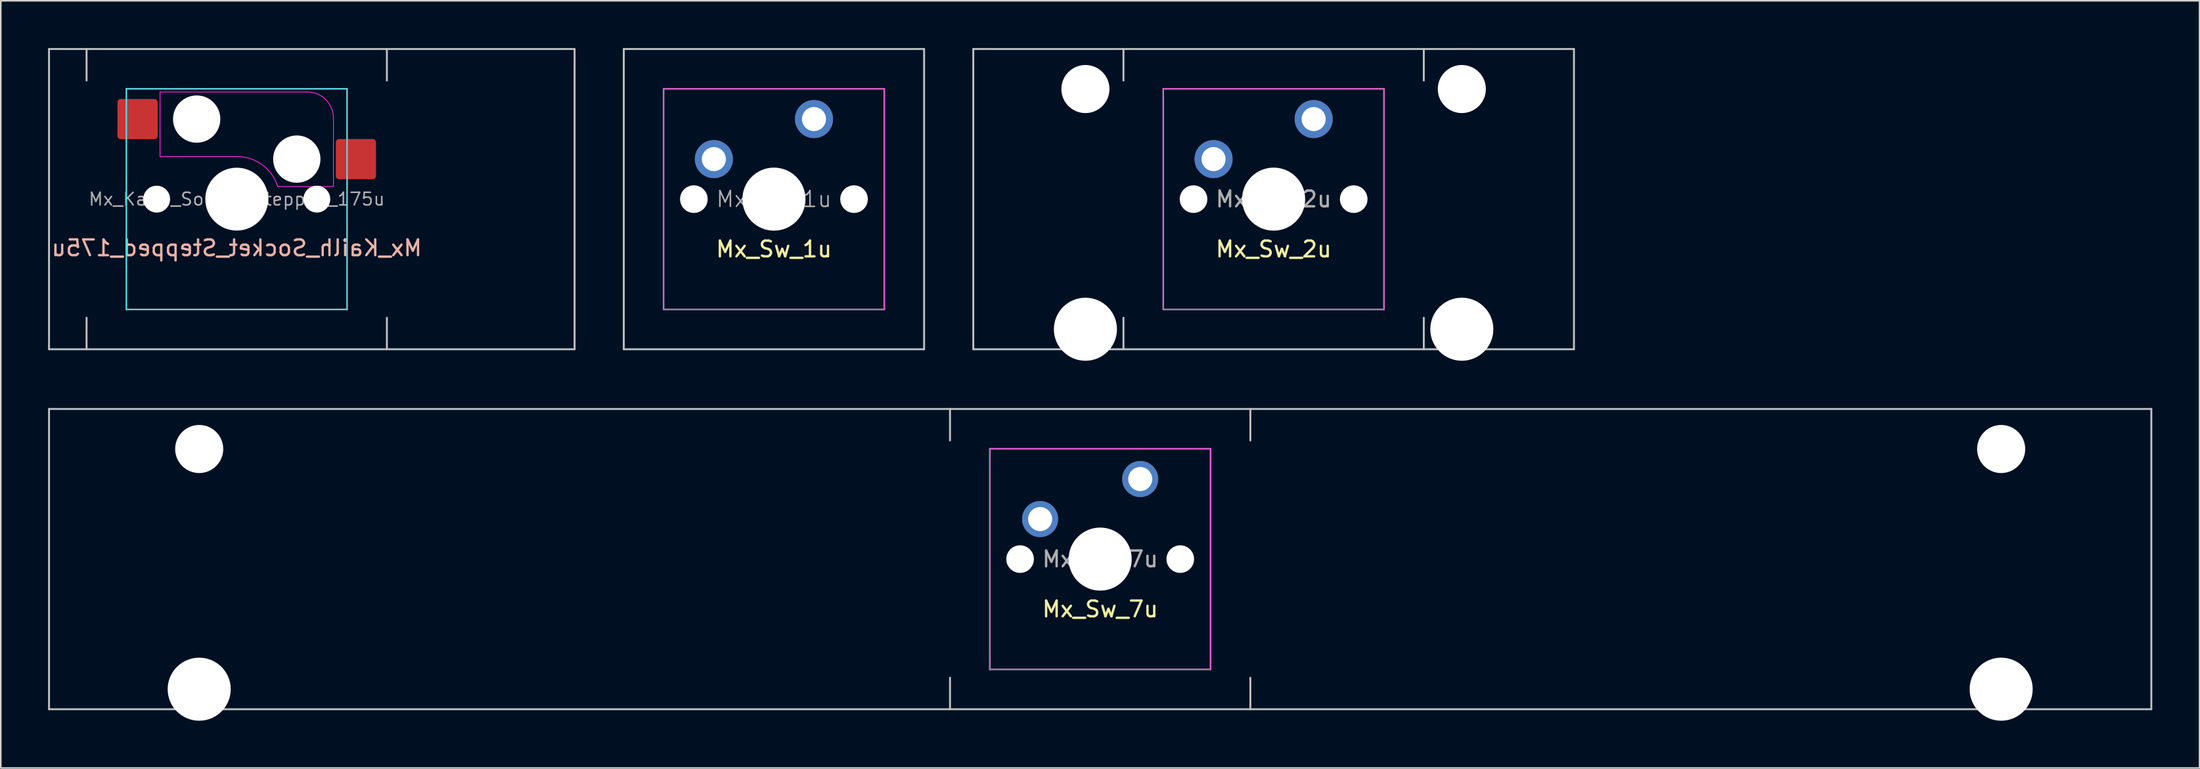
<source format=kicad_pcb>
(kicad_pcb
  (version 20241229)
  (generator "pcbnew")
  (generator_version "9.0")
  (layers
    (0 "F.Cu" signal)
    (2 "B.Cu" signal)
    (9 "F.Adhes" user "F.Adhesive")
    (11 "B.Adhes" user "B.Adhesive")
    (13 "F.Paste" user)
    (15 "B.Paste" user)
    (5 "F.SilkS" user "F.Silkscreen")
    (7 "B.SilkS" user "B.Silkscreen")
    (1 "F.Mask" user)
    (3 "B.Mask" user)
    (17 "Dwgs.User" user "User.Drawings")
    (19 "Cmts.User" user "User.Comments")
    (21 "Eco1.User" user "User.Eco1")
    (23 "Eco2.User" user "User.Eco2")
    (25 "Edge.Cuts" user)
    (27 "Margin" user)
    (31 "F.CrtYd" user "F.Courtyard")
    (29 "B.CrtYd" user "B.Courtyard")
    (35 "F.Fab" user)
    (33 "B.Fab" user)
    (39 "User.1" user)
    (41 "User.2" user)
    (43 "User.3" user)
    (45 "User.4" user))
  (footprint "Mx_Sw_7u"
    (layer "F.Cu")
    (at 66.735 32.425)
    (property "Reference" "Mx_Sw_7u" (at 0 3.175 0) (layer "F.SilkS") (effects (font (size 1 1) (thickness 0.15))))
    (attr through_hole)
    (fp_line (start -66.675 -9.525) (end -66.675 9.525) (stroke (width 0.12) (type solid)) (layer "Dwgs.User"))
    (fp_line (start -66.675 9.525) (end 66.675 9.525) (stroke (width 0.12) (type solid)) (layer "Dwgs.User"))
    (fp_line (start -9.525 -9.525) (end -9.525 -7.525) (stroke (width 0.12) (type solid)) (layer "Dwgs.User"))
    (fp_line (start -9.525 7.525) (end -9.525 9.525) (stroke (width 0.12) (type solid)) (layer "Dwgs.User"))
    (fp_line (start 9.525 -9.525) (end 9.525 -7.525) (stroke (width 0.12) (type solid)) (layer "Dwgs.User"))
    (fp_line (start 9.525 7.525) (end 9.525 9.525) (stroke (width 0.12) (type solid)) (layer "Dwgs.User"))
    (fp_line (start 66.675 -9.525) (end -66.675 -9.525) (stroke (width 0.12) (type solid)) (layer "Dwgs.User"))
    (fp_line (start 66.675 9.525) (end 66.675 -9.525) (stroke (width 0.12) (type solid)) (layer "Dwgs.User"))
    (fp_line (start -7 -7) (end 7 -7) (stroke (width 0.05) (type solid)) (layer "F.CrtYd"))
    (fp_line (start -7 7) (end -7 -7) (stroke (width 0.05) (type solid)) (layer "F.CrtYd"))
    (fp_line (start 7 -7) (end 7 7) (stroke (width 0.05) (type solid)) (layer "F.CrtYd"))
    (fp_line (start 7 7) (end -7 7) (stroke (width 0.05) (type solid)) (layer "F.CrtYd"))
    (fp_line (start -7 -7) (end 7 -7) (stroke (width 0.1) (type solid)) (layer "F.Fab"))
    (fp_line (start -7 7) (end -7 -7) (stroke (width 0.1) (type solid)) (layer "F.Fab"))
    (fp_line (start 7 -7) (end 7 7) (stroke (width 0.1) (type solid)) (layer "F.Fab"))
    (fp_line (start 7 7) (end -7 7) (stroke (width 0.1) (type solid)) (layer "F.Fab"))
    (fp_text user "${REFERENCE}" (at 0 0 0) (layer "F.Fab") (effects (font (size 1 1) (thickness 0.15))))
    (pad "" np_thru_hole circle (at -57.15 -6.985) (size 3.05 3.05) (drill 3.05) (layers "*.Cu" "*.Mask"))
    (pad "" np_thru_hole circle (at -57.15 8.255) (size 4 4) (drill 4) (layers "*.Cu" "*.Mask"))
    (pad "" np_thru_hole circle (at -5.08 0) (size 1.75 1.75) (drill 1.75) (layers "*.Cu" "*.Mask"))
    (pad "" np_thru_hole circle (at 0 0) (size 4 4) (drill 4) (layers "*.Cu" "*.Mask"))
    (pad "" np_thru_hole circle (at 5.08 0) (size 1.75 1.75) (drill 1.75) (layers "*.Cu" "*.Mask"))
    (pad "" np_thru_hole circle (at 57.15 -6.985) (size 3.05 3.05) (drill 3.05) (layers "*.Cu" "*.Mask"))
    (pad "" np_thru_hole circle (at 57.15 8.255) (size 4 4) (drill 4) (layers "*.Cu" "*.Mask"))
    (pad "1" thru_hole circle (at -3.81 -2.54) (size 2.286 2.286) (drill 1.524) (layers "*.Cu" "B.Mask"))
    (pad "2" thru_hole circle (at 2.54 -5.08) (size 2.286 2.286) (drill 1.524) (layers "*.Cu" "B.Mask")))
  (footprint "Mx_Sw_1u"
    (layer "F.Cu")
    (at 46.042 9.585)
    (property "Reference" "Mx_Sw_1u" (at 0 3.175 0) (layer "F.SilkS") (effects (font (size 1 1) (thickness 0.15))))
    (attr through_hole)
    (fp_line (start -9.525 -9.525) (end -9.525 9.525) (stroke (width 0.12) (type solid)) (layer "Dwgs.User"))
    (fp_line (start -9.525 9.525) (end 9.525 9.525) (stroke (width 0.12) (type solid)) (layer "Dwgs.User"))
    (fp_line (start 9.525 -9.525) (end -9.525 -9.525) (stroke (width 0.12) (type solid)) (layer "Dwgs.User"))
    (fp_line (start 9.525 9.525) (end 9.525 -9.525) (stroke (width 0.12) (type solid)) (layer "Dwgs.User"))
    (fp_line (start -7 -7) (end 7 -7) (stroke (width 0.05) (type solid)) (layer "F.CrtYd"))
    (fp_line (start -7 7) (end -7 -7) (stroke (width 0.05) (type solid)) (layer "F.CrtYd"))
    (fp_line (start 7 -7) (end 7 7) (stroke (width 0.05) (type solid)) (layer "F.CrtYd"))
    (fp_line (start 7 7) (end -7 7) (stroke (width 0.05) (type solid)) (layer "F.CrtYd"))
    (fp_line (start -7 -7) (end 7 -7) (stroke (width 0.1) (type solid)) (layer "F.Fab"))
    (fp_line (start -7 7) (end -7 -7) (stroke (width 0.1) (type solid)) (layer "F.Fab"))
    (fp_line (start 7 -7) (end 7 7) (stroke (width 0.1) (type solid)) (layer "F.Fab"))
    (fp_line (start 7 7) (end -7 7) (stroke (width 0.1) (type solid)) (layer "F.Fab"))
    (fp_text user "${REFERENCE}" (at 0 0 0) (layer "F.Fab") (effects (font (size 1 1) (thickness 0.1))))
    (pad "" np_thru_hole circle (at -5.08 0) (size 1.75 1.75) (drill 1.75) (layers "*.Cu" "*.Mask"))
    (pad "" np_thru_hole circle (at 0 0) (size 4 4) (drill 4) (layers "*.Cu" "*.Mask"))
    (pad "" np_thru_hole circle (at 5.08 0) (size 1.75 1.75) (drill 1.75) (layers "*.Cu" "*.Mask"))
    (pad "1" thru_hole circle (at -3.81 -2.54) (size 2.413 2.413) (drill 1.524) (layers "*.Cu" "B.Mask"))
    (pad "2" thru_hole circle (at 2.54 -5.08) (size 2.413 2.413) (drill 1.524) (layers "*.Cu" "B.Mask")))
  (footprint "Mx_Sw_2u"
    (layer "F.Cu")
    (at 77.737 9.585)
    (property "Reference" "Mx_Sw_2u" (at 0 3.175 0) (layer "F.SilkS") (effects (font (size 1 1) (thickness 0.15))))
    (attr through_hole)
    (fp_line (start -19.05 -9.525) (end -19.05 9.525) (stroke (width 0.12) (type solid)) (layer "Dwgs.User"))
    (fp_line (start -19.05 9.525) (end 19.05 9.525) (stroke (width 0.12) (type solid)) (layer "Dwgs.User"))
    (fp_line (start -9.525 -9.525) (end -9.525 -7.525) (stroke (width 0.12) (type solid)) (layer "Dwgs.User"))
    (fp_line (start -9.525 7.525) (end -9.525 9.525) (stroke (width 0.12) (type solid)) (layer "Dwgs.User"))
    (fp_line (start 9.525 -9.525) (end 9.525 -7.525) (stroke (width 0.12) (type solid)) (layer "Dwgs.User"))
    (fp_line (start 9.525 7.525) (end 9.525 9.525) (stroke (width 0.12) (type solid)) (layer "Dwgs.User"))
    (fp_line (start 19.05 -9.525) (end -19.05 -9.525) (stroke (width 0.12) (type solid)) (layer "Dwgs.User"))
    (fp_line (start 19.05 9.525) (end 19.05 -9.525) (stroke (width 0.12) (type solid)) (layer "Dwgs.User"))
    (fp_line (start -7 -7) (end 7 -7) (stroke (width 0.05) (type solid)) (layer "F.CrtYd"))
    (fp_line (start -7 7) (end -7 -7) (stroke (width 0.05) (type solid)) (layer "F.CrtYd"))
    (fp_line (start 7 -7) (end 7 7) (stroke (width 0.05) (type solid)) (layer "F.CrtYd"))
    (fp_line (start 7 7) (end -7 7) (stroke (width 0.05) (type solid)) (layer "F.CrtYd"))
    (fp_line (start -7 -7) (end 7 -7) (stroke (width 0.1) (type solid)) (layer "F.Fab"))
    (fp_line (start -7 7) (end -7 -7) (stroke (width 0.1) (type solid)) (layer "F.Fab"))
    (fp_line (start 7 -7) (end 7 7) (stroke (width 0.1) (type solid)) (layer "F.Fab"))
    (fp_line (start 7 7) (end -7 7) (stroke (width 0.1) (type solid)) (layer "F.Fab"))
    (fp_text user "${REFERENCE}" (at 0 0 0) (layer "F.Fab") (effects (font (size 1 1) (thickness 0.15))))
    (pad "" np_thru_hole circle (at -11.938 -6.985) (size 3.05 3.05) (drill 3.05) (layers "*.Cu" "*.Mask"))
    (pad "" np_thru_hole circle (at -11.938 8.255) (size 4 4) (drill 4) (layers "*.Cu" "*.Mask"))
    (pad "" np_thru_hole circle (at -5.08 0) (size 1.75 1.75) (drill 1.75) (layers "*.Cu" "*.Mask"))
    (pad "" np_thru_hole circle (at 0 0) (size 4 4) (drill 4) (layers "*.Cu" "*.Mask"))
    (pad "" np_thru_hole circle (at 5.08 0) (size 1.75 1.75) (drill 1.75) (layers "*.Cu" "*.Mask"))
    (pad "" np_thru_hole circle (at 11.938 -6.985) (size 3.05 3.05) (drill 3.05) (layers "*.Cu" "*.Mask"))
    (pad "" np_thru_hole circle (at 11.938 8.255) (size 4 4) (drill 4) (layers "*.Cu" "*.Mask"))
    (pad "1" thru_hole circle (at -3.81 -2.54) (size 2.413 2.413) (drill 1.524) (layers "*.Cu" "B.Mask"))
    (pad "2" thru_hole circle (at 2.54 -5.08) (size 2.413 2.413) (drill 1.524) (layers "*.Cu" "B.Mask")))
  (footprint "Mx_Kailh_Socket_Stepped_175u"
    (layer "F.Cu")
    (at 11.966 9.585)
    (property "Reference" "Mx_Kailh_Socket_Stepped_175u" (at 0 3.1 0) (layer "B.SilkS") (effects (font (size 1 1) (thickness 0.15)) (justify mirror)))
    (attr through_hole)
    (fp_line (start -11.906 -9.525) (end -11.906 9.525) (stroke (width 0.12) (type solid)) (layer "Dwgs.User"))
    (fp_line (start -11.906 9.525) (end 21.431 9.525) (stroke (width 0.12) (type solid)) (layer "Dwgs.User"))
    (fp_line (start -9.525 -9.525) (end -9.525 -7.525) (stroke (width 0.12) (type solid)) (layer "Dwgs.User"))
    (fp_line (start -9.525 7.525) (end -9.525 9.525) (stroke (width 0.12) (type solid)) (layer "Dwgs.User"))
    (fp_line (start 9.525 -9.525) (end 9.525 -7.525) (stroke (width 0.12) (type solid)) (layer "Dwgs.User"))
    (fp_line (start 9.525 7.525) (end 9.525 9.525) (stroke (width 0.12) (type solid)) (layer "Dwgs.User"))
    (fp_line (start 21.431 -9.525) (end -11.906 -9.525) (stroke (width 0.12) (type solid)) (layer "Dwgs.User"))
    (fp_line (start 21.431 9.525) (end 21.431 -9.525) (stroke (width 0.12) (type solid)) (layer "Dwgs.User"))
    (fp_rect (start -7 7) (end 7 -7) (stroke (width 0.05) (type solid)) (fill no) (layer "B.CrtYd"))
    (fp_line (start -4.865 -6.8) (end -4.865 -2.7) (stroke (width 0.05) (type solid)) (layer "F.CrtYd"))
    (fp_line (start 0 -2.7) (end -4.865 -2.7) (stroke (width 0.05) (type solid)) (layer "F.CrtYd"))
    (fp_line (start 4.4 -6.8) (end -4.865 -6.8) (stroke (width 0.05) (type solid)) (layer "F.CrtYd"))
    (fp_line (start 6.135 -0.8) (end 2.6 -0.8) (stroke (width 0.05) (type solid)) (layer "F.CrtYd"))
    (fp_line (start 6.135 -0.8) (end 6.135 -5.2) (stroke (width 0.05) (type solid)) (layer "F.CrtYd"))
    (fp_arc (start 0 -2.7) (mid 1.615462 -2.181685) (end 2.6 -0.8) (stroke (width 0.05) (type solid)) (layer "F.CrtYd"))
    (fp_arc (start 4.4 -6.8) (mid 5.598871 -6.35933) (end 6.135 -5.2) (stroke (width 0.05) (type solid)) (layer "F.CrtYd"))
    (fp_line (start -7 -7) (end -7 7) (stroke (width 0.1) (type solid)) (layer "F.Fab"))
    (fp_line (start -7 7) (end 7 7) (stroke (width 0.1) (type solid)) (layer "F.Fab"))
    (fp_line (start 7 -7) (end -7 -7) (stroke (width 0.1) (type solid)) (layer "F.Fab"))
    (fp_line (start 7 7) (end 7 -7) (stroke (width 0.1) (type solid)) (layer "F.Fab"))
    (fp_text user "${REFERENCE}" (at 0 0 0) (unlocked yes) (layer "F.Fab") (effects (font (size 0.8 0.8) (thickness 0.1))))
    (pad "" np_thru_hole circle (at -5.08 0) (size 1.702 1.702) (drill 1.702) (layers "*.Cu" "*.Mask"))
    (pad "" np_thru_hole circle (at -2.54 -5.08) (size 3 3) (drill 3) (layers "*.Cu" "*.Mask"))
    (pad "" np_thru_hole circle (at 0 0) (size 3.988 3.988) (drill 3.988) (layers "*.Cu" "*.Mask"))
    (pad "" np_thru_hole circle (at 3.81 -2.54) (size 3 3) (drill 3) (layers "*.Cu" "*.Mask"))
    (pad "" np_thru_hole circle (at 5.08 0) (size 1.702 1.702) (drill 1.702) (layers "*.Cu" "*.Mask"))
    (pad "1" smd roundrect (at -6.29 -5.08) (size 2.55 2.55) (layers "F.Cu" "F.Mask" "F.Paste") (roundrect_rratio 0.08))
    (pad "2" smd roundrect (at 7.56 -2.54) (size 2.55 2.55) (layers "F.Cu" "F.Mask" "F.Paste") (roundrect_rratio 0.08)))
  (gr_rect
    (start -3 -3)
    (end 136.47 45.68)
    (stroke (width 0.1) (type default))
    (fill no)
    (layer "Edge.Cuts")))
</source>
